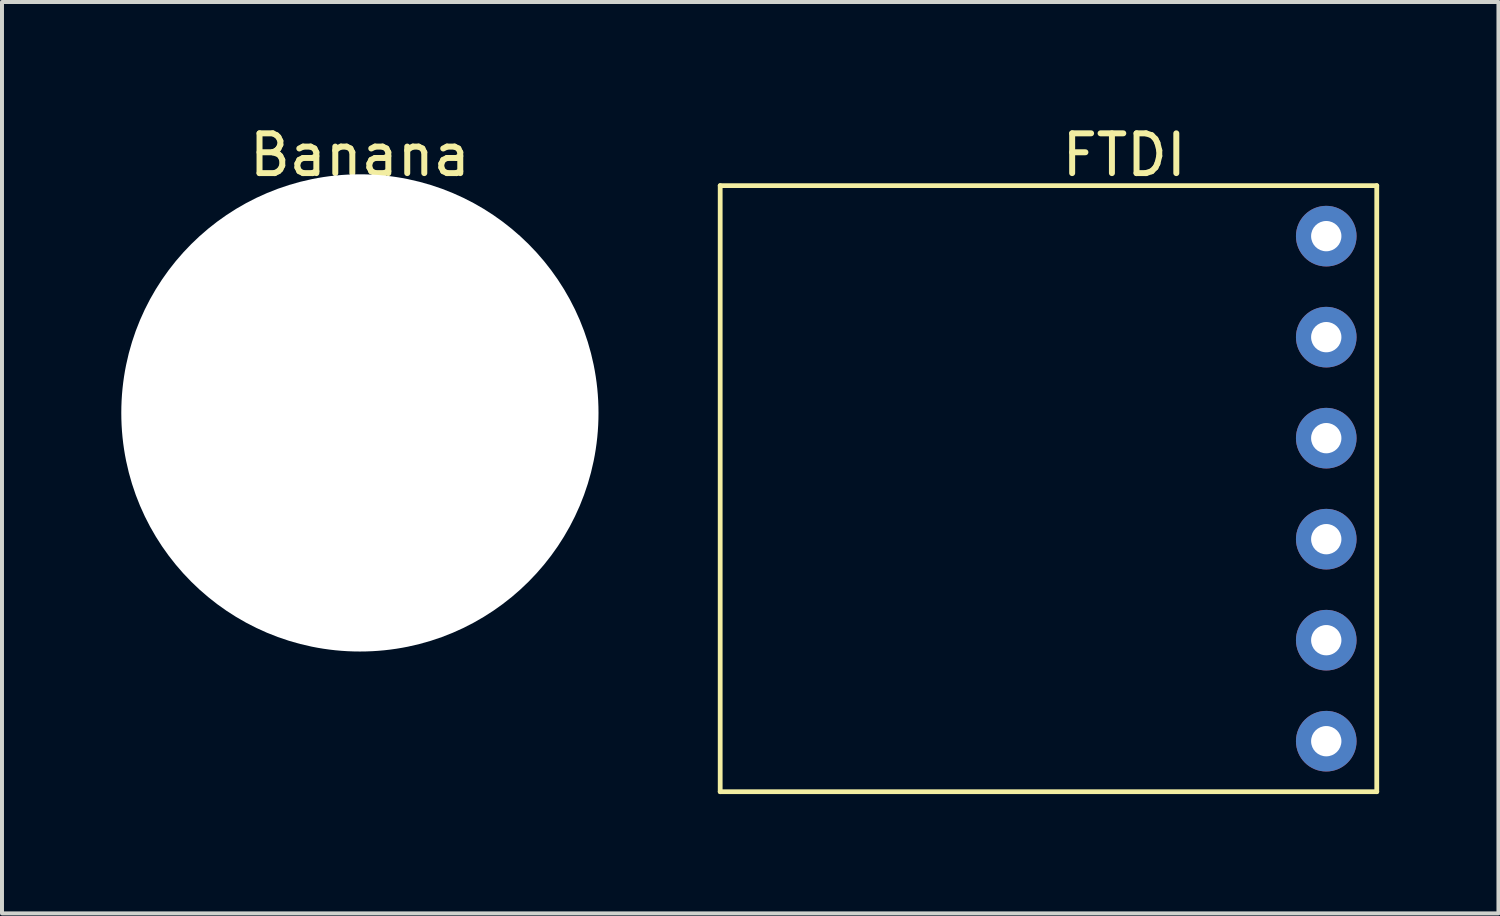
<source format=kicad_pcb>
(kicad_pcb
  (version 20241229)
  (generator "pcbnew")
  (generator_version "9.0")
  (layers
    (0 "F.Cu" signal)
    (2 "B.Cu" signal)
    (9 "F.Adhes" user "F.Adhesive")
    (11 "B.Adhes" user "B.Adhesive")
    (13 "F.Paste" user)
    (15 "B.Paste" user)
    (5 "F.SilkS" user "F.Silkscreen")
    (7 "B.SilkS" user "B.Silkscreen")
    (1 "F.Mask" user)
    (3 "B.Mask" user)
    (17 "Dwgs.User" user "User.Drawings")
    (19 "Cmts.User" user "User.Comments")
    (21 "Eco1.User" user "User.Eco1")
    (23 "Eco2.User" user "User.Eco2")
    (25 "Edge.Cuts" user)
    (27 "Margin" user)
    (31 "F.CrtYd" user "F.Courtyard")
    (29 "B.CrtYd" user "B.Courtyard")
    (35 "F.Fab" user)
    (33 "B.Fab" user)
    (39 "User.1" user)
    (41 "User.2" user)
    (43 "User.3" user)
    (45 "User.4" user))
  (footprint "Banana"
    (layer "F.Cu")
    (at 6 0.348)
    (property "Reference" "Banana" (at 0 0.5 0) (layer "F.SilkS") (effects (font (size 1 1) (thickness 0.15))))
    (attr through_hole)
    (pad "" np_thru_hole circle (at 0 6.985) (size 12 12) (drill 12) (layers "*.Cu" "*.Mask")))
  (footprint "FTDI"
    (layer "F.Cu")
    (at 25.22 0.348)
    (property "Reference" "FTDI" (at 0 0.5 0) (layer "F.SilkS") (effects (font (size 1 1) (thickness 0.15))))
    (attr through_hole)
    (fp_line (start -10.16 1.27) (end 6.35 1.27) (stroke (width 0.12) (type solid)) (layer "F.SilkS"))
    (fp_line (start -10.16 16.51) (end -10.16 1.27) (stroke (width 0.12) (type solid)) (layer "F.SilkS"))
    (fp_line (start 6.35 1.27) (end 6.35 16.51) (stroke (width 0.12) (type solid)) (layer "F.SilkS"))
    (fp_line (start 6.35 16.51) (end -10.16 16.51) (stroke (width 0.12) (type solid)) (layer "F.SilkS"))
    (pad "1" thru_hole circle (at 5.08 2.54) (size 1.524 1.524) (drill 0.762) (layers "*.Cu" "*.Mask"))
    (pad "2" thru_hole circle (at 5.08 5.08) (size 1.524 1.524) (drill 0.762) (layers "*.Cu" "*.Mask"))
    (pad "3" thru_hole circle (at 5.08 7.62) (size 1.524 1.524) (drill 0.762) (layers "*.Cu" "*.Mask"))
    (pad "4" thru_hole circle (at 5.08 10.16) (size 1.524 1.524) (drill 0.762) (layers "*.Cu" "*.Mask"))
    (pad "5" thru_hole circle (at 5.08 12.7) (size 1.524 1.524) (drill 0.762) (layers "*.Cu" "*.Mask"))
    (pad "6" thru_hole circle (at 5.08 15.24) (size 1.524 1.524) (drill 0.762) (layers "*.Cu" "*.Mask")))
  (gr_rect
    (start -3 -3)
    (end 34.63 19.918)
    (stroke (width 0.1) (type default))
    (fill no)
    (layer "Edge.Cuts")))
</source>
